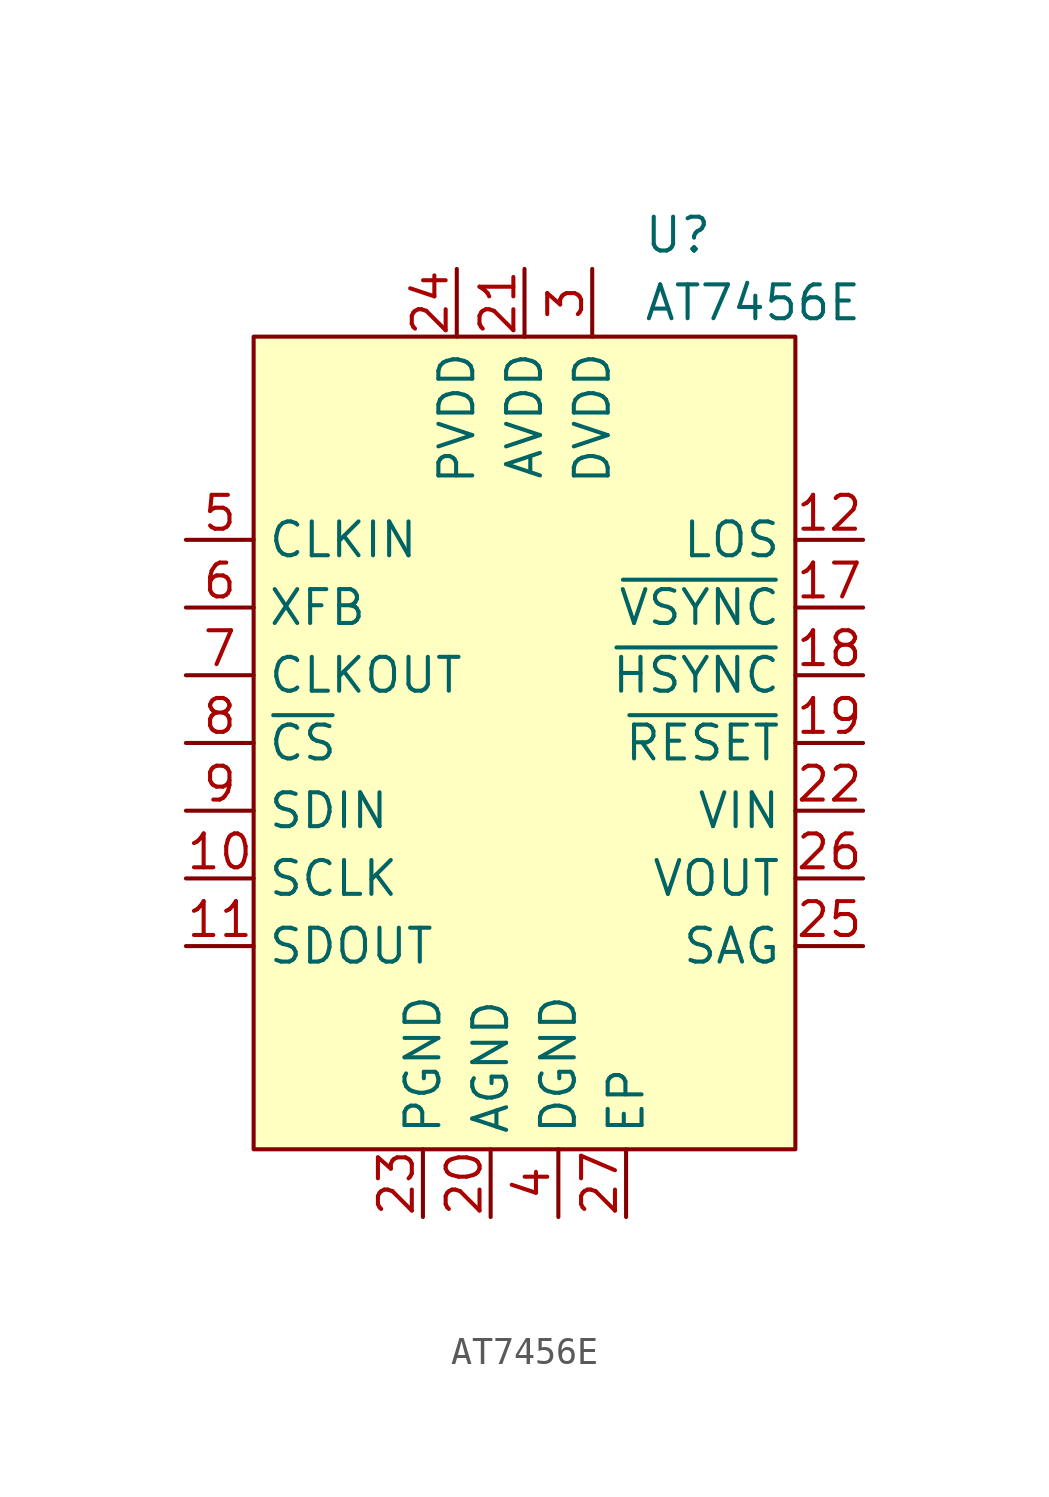
<source format=kicad_sym>
(kicad_symbol_lib
  (version 20220914)
  (generator kicad_symbol_editor)
  (symbol "AT7456E"
    (property "Reference" "U"
      (at 4.445 19.05 0)
      (effects (font (size 1.27 1.27)) (justify left)))
    (property "Value" "AT7456E"
      (at 4.445 16.51 0)
      (effects (font (size 1.27 1.27)) (justify left)))
    (symbol "AT7456E_0_0"
      (pin unspecified line (at -12.7 -5.08 0) (length 2.54) (name "SCLK" (effects (font (size 1.27 1.27)))) (number "10" (effects (font (size 1.27 1.27)))))
      (pin unspecified line (at -12.7 -7.62 0) (length 2.54) (name "SDOUT" (effects (font (size 1.27 1.27)))) (number "11" (effects (font (size 1.27 1.27)))))
      (pin unspecified line (at 12.7 7.62 180) (length 2.54) (name "LOS" (effects (font (size 1.27 1.27)))) (number "12" (effects (font (size 1.27 1.27)))))
      (pin unspecified line (at 12.7 5.08 180) (length 2.54) (name "~{VSYNC}" (effects (font (size 1.27 1.27)))) (number "17" (effects (font (size 1.27 1.27)))))
      (pin unspecified line (at 12.7 2.54 180) (length 2.54) (name "~{HSYNC}" (effects (font (size 1.27 1.27)))) (number "18" (effects (font (size 1.27 1.27)))))
      (pin unspecified line (at 12.7 0 180) (length 2.54) (name "~{RESET}" (effects (font (size 1.27 1.27)))) (number "19" (effects (font (size 1.27 1.27)))))
      (pin unspecified line (at -1.27 -17.78 90) (length 2.54) (name "AGND" (effects (font (size 1.27 1.27)))) (number "20" (effects (font (size 1.27 1.27)))))
      (pin unspecified line (at 0 17.78 270) (length 2.54) (name "AVDD" (effects (font (size 1.27 1.27)))) (number "21" (effects (font (size 1.27 1.27)))))
      (pin unspecified line (at 12.7 -2.54 180) (length 2.54) (name "VIN" (effects (font (size 1.27 1.27)))) (number "22" (effects (font (size 1.27 1.27)))))
      (pin unspecified line (at -3.81 -17.78 90) (length 2.54) (name "PGND" (effects (font (size 1.27 1.27)))) (number "23" (effects (font (size 1.27 1.27)))))
      (pin unspecified line (at -2.54 17.78 270) (length 2.54) (name "PVDD" (effects (font (size 1.27 1.27)))) (number "24" (effects (font (size 1.27 1.27)))))
      (pin unspecified line (at 12.7 -7.62 180) (length 2.54) (name "SAG" (effects (font (size 1.27 1.27)))) (number "25" (effects (font (size 1.27 1.27)))))
      (pin unspecified line (at 12.7 -5.08 180) (length 2.54) (name "VOUT" (effects (font (size 1.27 1.27)))) (number "26" (effects (font (size 1.27 1.27)))))
      (pin unspecified line (at 2.54 17.78 270) (length 2.54) (name "DVDD" (effects (font (size 1.27 1.27)))) (number "3" (effects (font (size 1.27 1.27)))))
      (pin unspecified line (at 1.27 -17.78 90) (length 2.54) (name "DGND" (effects (font (size 1.27 1.27)))) (number "4" (effects (font (size 1.27 1.27)))))
      (pin unspecified line (at -12.7 7.62 0) (length 2.54) (name "CLKIN" (effects (font (size 1.27 1.27)))) (number "5" (effects (font (size 1.27 1.27)))))
      (pin unspecified line (at -12.7 5.08 0) (length 2.54) (name "XFB" (effects (font (size 1.27 1.27)))) (number "6" (effects (font (size 1.27 1.27)))))
      (pin unspecified line (at -12.7 2.54 0) (length 2.54) (name "CLKOUT" (effects (font (size 1.27 1.27)))) (number "7" (effects (font (size 1.27 1.27)))))
      (pin unspecified line (at -12.7 -2.54 0) (length 2.54) (name "SDIN" (effects (font (size 1.27 1.27)))) (number "9" (effects (font (size 1.27 1.27))))))
    (symbol "AT7456E_1_0"
      (pin unspecified line (at 3.81 -17.78 90) (length 2.54) (name "EP" (effects (font (size 1.27 1.27)))) (number "27" (effects (font (size 1.27 1.27)))))
      (pin unspecified line (at -12.7 0 0) (length 2.54) (name "~{CS}" (effects (font (size 1.27 1.27)))) (number "8" (effects (font (size 1.27 1.27))))))
    (symbol "AT7456E_1_1"
      (rectangle (start -10.16 15.24) (end 10.16 -15.24) (stroke (width 0) (type default)) (fill (type background))))))
</source>
